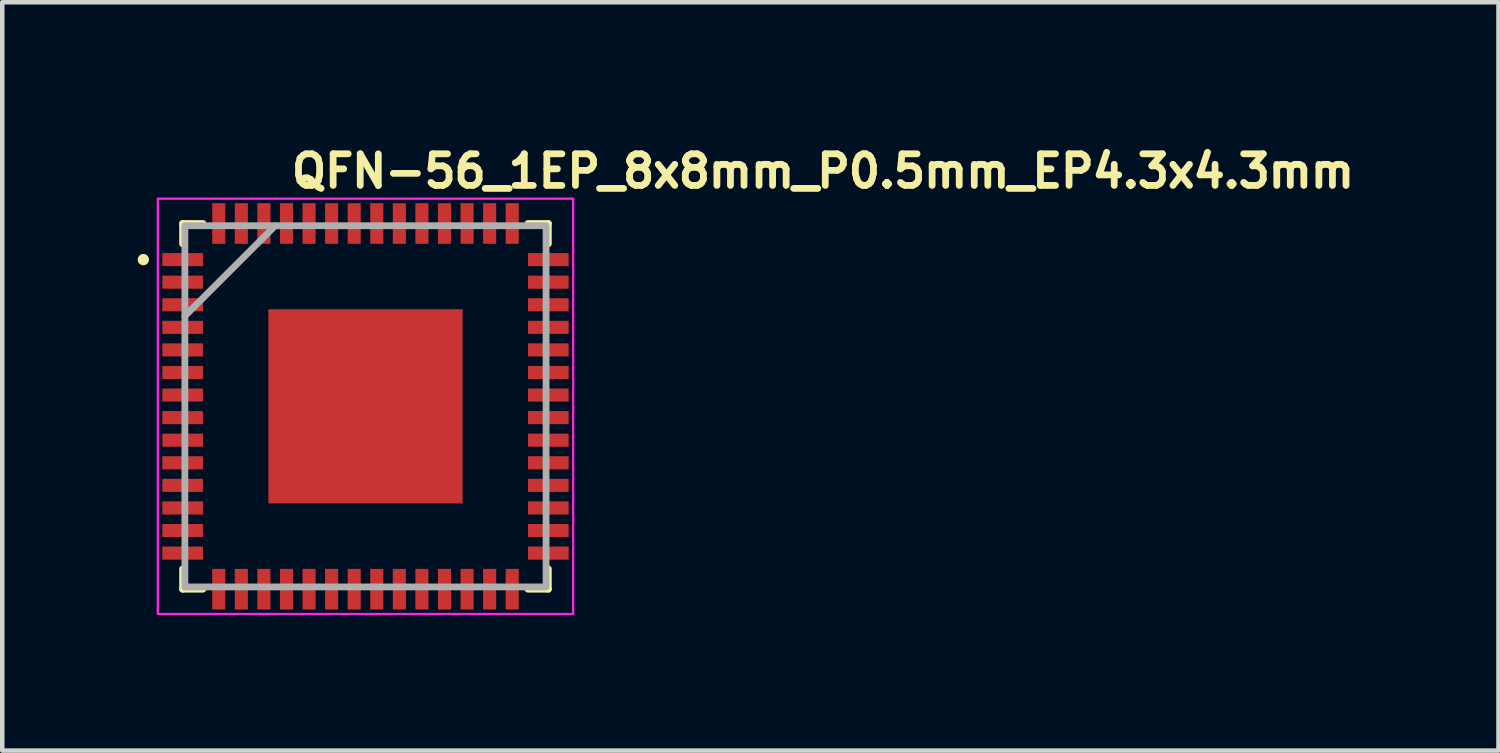
<source format=kicad_pcb>
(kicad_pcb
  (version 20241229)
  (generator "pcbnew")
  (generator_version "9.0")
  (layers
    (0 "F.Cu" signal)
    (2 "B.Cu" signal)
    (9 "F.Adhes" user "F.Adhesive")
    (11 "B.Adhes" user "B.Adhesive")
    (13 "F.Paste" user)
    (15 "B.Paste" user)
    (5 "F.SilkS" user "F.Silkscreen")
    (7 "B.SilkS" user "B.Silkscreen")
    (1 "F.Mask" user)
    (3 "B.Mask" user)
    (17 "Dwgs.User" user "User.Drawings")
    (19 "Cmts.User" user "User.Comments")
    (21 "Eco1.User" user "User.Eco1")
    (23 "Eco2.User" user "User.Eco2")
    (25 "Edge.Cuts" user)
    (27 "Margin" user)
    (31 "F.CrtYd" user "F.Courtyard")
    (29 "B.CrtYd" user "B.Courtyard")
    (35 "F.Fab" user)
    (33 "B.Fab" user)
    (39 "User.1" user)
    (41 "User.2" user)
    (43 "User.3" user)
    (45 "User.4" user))
  (footprint "QFN-56_1EP_8x8mm_P0.5mm_EP4.3x4.3mm"
    (layer "F.Cu")
    (at 5.045 5.95)
    (property "Reference" "QFN-56_1EP_8x8mm_P0.5mm_EP4.3x4.3mm" (at -1.715 -4.8 0) (layer "F.SilkS") (effects (font (size 0.7 0.7) (thickness 0.15)) (justify left bottom)))
    (attr smd)
    (fp_line (start -4.05 -4.05) (end -4.05 -3.6) (stroke (width 0.15) (type solid)) (layer "F.SilkS"))
    (fp_line (start -4.05 -4.05) (end -3.6 -4.05) (stroke (width 0.15) (type solid)) (layer "F.SilkS"))
    (fp_line (start -4.05 4.05) (end -4.05 3.6) (stroke (width 0.15) (type solid)) (layer "F.SilkS"))
    (fp_line (start -4.05 4.05) (end -3.6 4.05) (stroke (width 0.15) (type solid)) (layer "F.SilkS"))
    (fp_line (start 4.05 -4.05) (end 3.6 -4.05) (stroke (width 0.15) (type solid)) (layer "F.SilkS"))
    (fp_line (start 4.05 -4.05) (end 4.05 -3.6) (stroke (width 0.15) (type solid)) (layer "F.SilkS"))
    (fp_line (start 4.05 4.05) (end 3.6 4.05) (stroke (width 0.15) (type solid)) (layer "F.SilkS"))
    (fp_line (start 4.05 4.05) (end 4.05 3.6) (stroke (width 0.15) (type solid)) (layer "F.SilkS"))
    (fp_circle (center -4.92 -3.25) (end -4.87 -3.25) (stroke (width 0.15) (type solid)) (fill yes) (layer "F.SilkS"))
    (fp_poly (pts (xy -1.8 -1.675) (xy -0.4 -1.675) (xy -0.4 -0.375) (xy -1.8 -0.375)) (stroke (width 0.01) (type solid)) (fill yes) (layer "F.Paste"))
    (fp_poly (pts (xy -1.8 0.375) (xy -0.4 0.375) (xy -0.4 1.675) (xy -1.8 1.675)) (stroke (width 0.01) (type solid)) (fill yes) (layer "F.Paste"))
    (fp_poly (pts (xy 0.4 -1.675) (xy 1.8 -1.675) (xy 1.8 -0.375) (xy 0.4 -0.375)) (stroke (width 0.01) (type solid)) (fill yes) (layer "F.Paste"))
    (fp_poly (pts (xy 0.4 0.375) (xy 1.8 0.375) (xy 1.8 1.675) (xy 0.4 1.675)) (stroke (width 0.01) (type solid)) (fill yes) (layer "F.Paste"))
    (fp_rect (start -4.6 -4.6) (end 4.6 4.6) (stroke (width 0.05) (type solid)) (fill no) (layer "F.CrtYd"))
    (fp_line (start -4 -2) (end -2 -4) (stroke (width 0.15) (type solid)) (layer "F.Fab"))
    (fp_rect (start -4 -4) (end 4 4) (stroke (width 0.15) (type solid)) (fill no) (layer "F.Fab"))
    (fp_rect (start -4 -4) (end 4 4) (stroke (width 0.1) (type solid)) (fill no) (layer "User.5"))
    (fp_line (start -4 -4) (end -4 4) (stroke (width 0.02) (type solid)) (layer "User.9"))
    (fp_line (start -4 4) (end 4 4) (stroke (width 0.02) (type solid)) (layer "User.9"))
    (fp_line (start 4 -4) (end -4 -4) (stroke (width 0.02) (type solid)) (layer "User.9"))
    (fp_line (start 4 4) (end 4 -4) (stroke (width 0.02) (type solid)) (layer "User.9"))
    (pad "1" smd rect (at -4.05 -3.25) (size 0.9 0.29) (layers "F.Cu" "F.Mask" "F.Paste"))
    (pad "2" smd rect (at -4.05 -2.75) (size 0.9 0.29) (layers "F.Cu" "F.Mask" "F.Paste"))
    (pad "3" smd rect (at -4.05 -2.25) (size 0.9 0.29) (layers "F.Cu" "F.Mask" "F.Paste"))
    (pad "4" smd rect (at -4.05 -1.75) (size 0.9 0.29) (layers "F.Cu" "F.Mask" "F.Paste"))
    (pad "5" smd rect (at -4.05 -1.25) (size 0.9 0.29) (layers "F.Cu" "F.Mask" "F.Paste"))
    (pad "6" smd rect (at -4.05 -0.75) (size 0.9 0.29) (layers "F.Cu" "F.Mask" "F.Paste"))
    (pad "7" smd rect (at -4.05 -0.25) (size 0.9 0.29) (layers "F.Cu" "F.Mask" "F.Paste"))
    (pad "8" smd rect (at -4.05 0.25) (size 0.9 0.29) (layers "F.Cu" "F.Mask" "F.Paste"))
    (pad "9" smd rect (at -4.05 0.75) (size 0.9 0.29) (layers "F.Cu" "F.Mask" "F.Paste"))
    (pad "10" smd rect (at -4.05 1.25) (size 0.9 0.29) (layers "F.Cu" "F.Mask" "F.Paste"))
    (pad "11" smd rect (at -4.05 1.75) (size 0.9 0.29) (layers "F.Cu" "F.Mask" "F.Paste"))
    (pad "12" smd rect (at -4.05 2.25) (size 0.9 0.29) (layers "F.Cu" "F.Mask" "F.Paste"))
    (pad "13" smd rect (at -4.05 2.75) (size 0.9 0.29) (layers "F.Cu" "F.Mask" "F.Paste"))
    (pad "14" smd rect (at -4.05 3.25) (size 0.9 0.29) (layers "F.Cu" "F.Mask" "F.Paste"))
    (pad "15" smd rect (at -3.25 4.05) (size 0.29 0.9) (layers "F.Cu" "F.Mask" "F.Paste"))
    (pad "16" smd rect (at -2.75 4.05) (size 0.29 0.9) (layers "F.Cu" "F.Mask" "F.Paste"))
    (pad "17" smd rect (at -2.25 4.05) (size 0.29 0.9) (layers "F.Cu" "F.Mask" "F.Paste"))
    (pad "18" smd rect (at -1.75 4.05) (size 0.29 0.9) (layers "F.Cu" "F.Mask" "F.Paste"))
    (pad "19" smd rect (at -1.25 4.05) (size 0.29 0.9) (layers "F.Cu" "F.Mask" "F.Paste"))
    (pad "20" smd rect (at -0.75 4.05) (size 0.29 0.9) (layers "F.Cu" "F.Mask" "F.Paste"))
    (pad "21" smd rect (at -0.25 4.05) (size 0.29 0.9) (layers "F.Cu" "F.Mask" "F.Paste"))
    (pad "22" smd rect (at 0.25 4.05) (size 0.29 0.9) (layers "F.Cu" "F.Mask" "F.Paste"))
    (pad "23" smd rect (at 0.75 4.05) (size 0.29 0.9) (layers "F.Cu" "F.Mask" "F.Paste"))
    (pad "24" smd rect (at 1.25 4.05) (size 0.29 0.9) (layers "F.Cu" "F.Mask" "F.Paste"))
    (pad "25" smd rect (at 1.75 4.05) (size 0.29 0.9) (layers "F.Cu" "F.Mask" "F.Paste"))
    (pad "26" smd rect (at 2.25 4.05) (size 0.29 0.9) (layers "F.Cu" "F.Mask" "F.Paste"))
    (pad "27" smd rect (at 2.75 4.05) (size 0.29 0.9) (layers "F.Cu" "F.Mask" "F.Paste"))
    (pad "28" smd rect (at 3.25 4.05) (size 0.29 0.9) (layers "F.Cu" "F.Mask" "F.Paste"))
    (pad "29" smd rect (at 4.05 3.25) (size 0.9 0.29) (layers "F.Cu" "F.Mask" "F.Paste"))
    (pad "30" smd rect (at 4.05 2.75) (size 0.9 0.29) (layers "F.Cu" "F.Mask" "F.Paste"))
    (pad "31" smd rect (at 4.05 2.25) (size 0.9 0.29) (layers "F.Cu" "F.Mask" "F.Paste"))
    (pad "32" smd rect (at 4.05 1.75) (size 0.9 0.29) (layers "F.Cu" "F.Mask" "F.Paste"))
    (pad "33" smd rect (at 4.05 1.25) (size 0.9 0.29) (layers "F.Cu" "F.Mask" "F.Paste"))
    (pad "34" smd rect (at 4.05 0.75) (size 0.9 0.29) (layers "F.Cu" "F.Mask" "F.Paste"))
    (pad "35" smd rect (at 4.05 0.25) (size 0.9 0.29) (layers "F.Cu" "F.Mask" "F.Paste"))
    (pad "36" smd rect (at 4.05 -0.25) (size 0.9 0.29) (layers "F.Cu" "F.Mask" "F.Paste"))
    (pad "37" smd rect (at 4.05 -0.75) (size 0.9 0.29) (layers "F.Cu" "F.Mask" "F.Paste"))
    (pad "38" smd rect (at 4.05 -1.25) (size 0.9 0.29) (layers "F.Cu" "F.Mask" "F.Paste"))
    (pad "39" smd rect (at 4.05 -1.75) (size 0.9 0.29) (layers "F.Cu" "F.Mask" "F.Paste"))
    (pad "40" smd rect (at 4.05 -2.25) (size 0.9 0.29) (layers "F.Cu" "F.Mask" "F.Paste"))
    (pad "41" smd rect (at 4.05 -2.75) (size 0.9 0.29) (layers "F.Cu" "F.Mask" "F.Paste"))
    (pad "42" smd rect (at 4.05 -3.25) (size 0.9 0.29) (layers "F.Cu" "F.Mask" "F.Paste"))
    (pad "43" smd rect (at 3.25 -4.05) (size 0.29 0.9) (layers "F.Cu" "F.Mask" "F.Paste"))
    (pad "44" smd rect (at 2.75 -4.05) (size 0.29 0.9) (layers "F.Cu" "F.Mask" "F.Paste"))
    (pad "45" smd rect (at 2.25 -4.05) (size 0.29 0.9) (layers "F.Cu" "F.Mask" "F.Paste"))
    (pad "46" smd rect (at 1.75 -4.05) (size 0.29 0.9) (layers "F.Cu" "F.Mask" "F.Paste"))
    (pad "47" smd rect (at 1.25 -4.05) (size 0.29 0.9) (layers "F.Cu" "F.Mask" "F.Paste"))
    (pad "48" smd rect (at 0.75 -4.05) (size 0.29 0.9) (layers "F.Cu" "F.Mask" "F.Paste"))
    (pad "49" smd rect (at 0.25 -4.05) (size 0.29 0.9) (layers "F.Cu" "F.Mask" "F.Paste"))
    (pad "50" smd rect (at -0.25 -4.05) (size 0.29 0.9) (layers "F.Cu" "F.Mask" "F.Paste"))
    (pad "51" smd rect (at -0.75 -4.05) (size 0.29 0.9) (layers "F.Cu" "F.Mask" "F.Paste"))
    (pad "52" smd rect (at -1.25 -4.05) (size 0.29 0.9) (layers "F.Cu" "F.Mask" "F.Paste"))
    (pad "53" smd rect (at -1.75 -4.05) (size 0.29 0.9) (layers "F.Cu" "F.Mask" "F.Paste"))
    (pad "54" smd rect (at -2.25 -4.05) (size 0.29 0.9) (layers "F.Cu" "F.Mask" "F.Paste"))
    (pad "55" smd rect (at -2.75 -4.05) (size 0.29 0.9) (layers "F.Cu" "F.Mask" "F.Paste"))
    (pad "56" smd rect (at -3.25 -4.05) (size 0.29 0.9) (layers "F.Cu" "F.Mask" "F.Paste"))
    (pad "57" smd rect (at 0 0) (size 4.3 4.3) (layers "F.Cu" "F.Mask")))
  (gr_rect
    (start -3 -3)
    (end 30.14 13.575)
    (stroke (width 0.1) (type default))
    (fill no)
    (layer "Edge.Cuts")))
</source>
